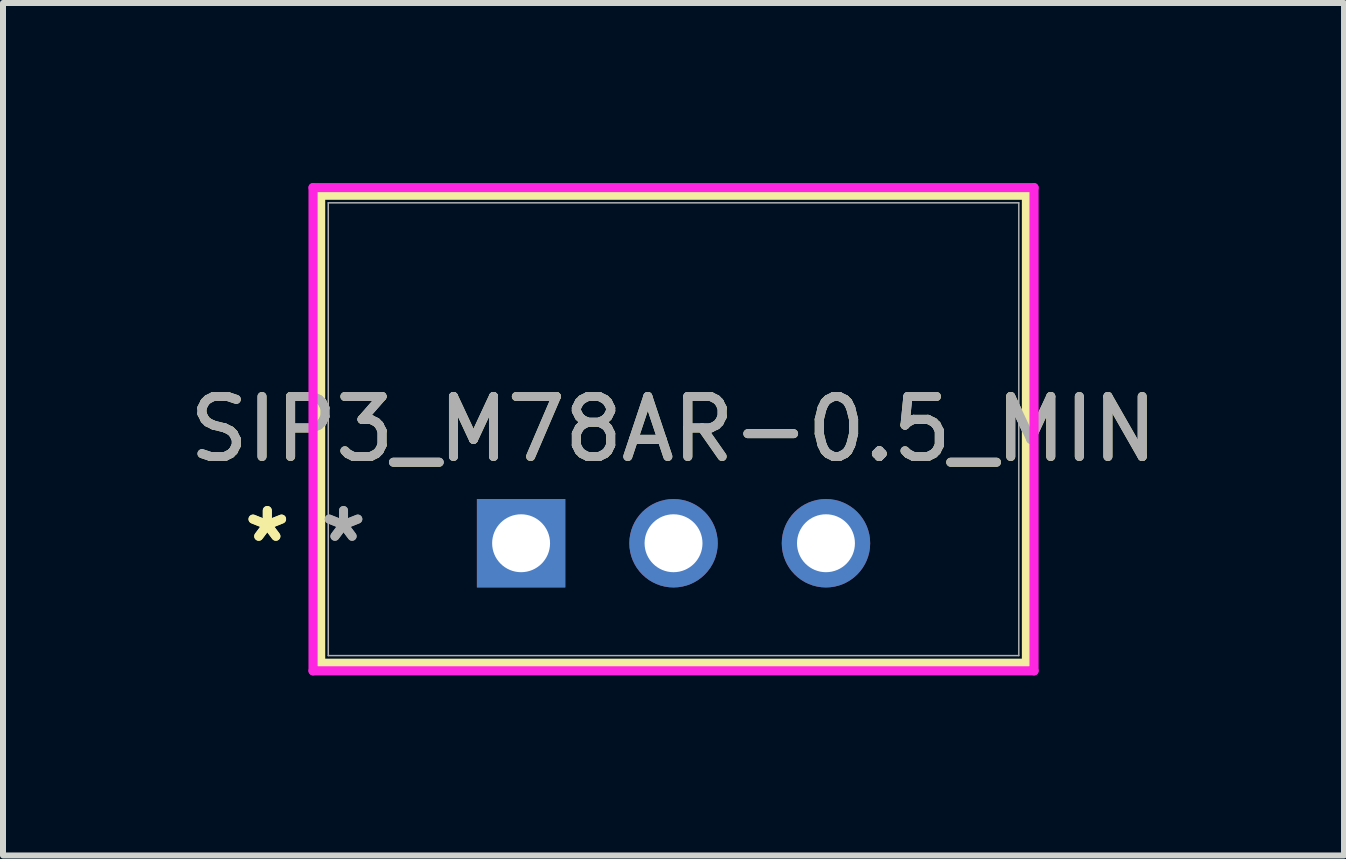
<source format=kicad_pcb>
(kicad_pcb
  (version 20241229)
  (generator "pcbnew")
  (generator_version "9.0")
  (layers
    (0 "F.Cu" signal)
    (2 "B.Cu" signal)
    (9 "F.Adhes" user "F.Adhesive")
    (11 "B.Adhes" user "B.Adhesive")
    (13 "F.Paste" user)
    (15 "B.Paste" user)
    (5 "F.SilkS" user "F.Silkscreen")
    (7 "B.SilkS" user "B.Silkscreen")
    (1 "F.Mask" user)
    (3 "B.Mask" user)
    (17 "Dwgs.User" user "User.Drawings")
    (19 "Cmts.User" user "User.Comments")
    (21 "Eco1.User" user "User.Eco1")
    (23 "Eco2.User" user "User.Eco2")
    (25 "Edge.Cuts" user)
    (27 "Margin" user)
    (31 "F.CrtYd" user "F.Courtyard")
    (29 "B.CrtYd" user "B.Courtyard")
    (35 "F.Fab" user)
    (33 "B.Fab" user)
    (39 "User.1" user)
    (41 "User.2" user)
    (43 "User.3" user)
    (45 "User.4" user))
  (footprint "SIP3_M78AR-0.5_MIN"
    (layer "F.Cu")
    (at 5.633 6.002)
    (property "Reference" "SIP3_M78AR-0.5_MIN" (at 2.54 -1.9 0) (unlocked yes) (layer "F.SilkS") (effects (font (size 1 1) (thickness 0.15))))
    (attr through_hole)
    (fp_line (start -3.34 -5.799) (end -3.34 1.999) (stroke (width 0.152) (type solid)) (layer "F.SilkS"))
    (fp_line (start -3.34 1.999) (end 8.42 1.999) (stroke (width 0.152) (type solid)) (layer "F.SilkS"))
    (fp_line (start 8.42 -5.799) (end -3.34 -5.799) (stroke (width 0.152) (type solid)) (layer "F.SilkS"))
    (fp_line (start 8.42 1.999) (end 8.42 -5.799) (stroke (width 0.152) (type solid)) (layer "F.SilkS"))
    (fp_line (start -3.467 -5.926) (end 8.547 -5.926) (stroke (width 0.152) (type solid)) (layer "F.CrtYd"))
    (fp_line (start -3.467 2.126) (end -3.467 -5.926) (stroke (width 0.152) (type solid)) (layer "F.CrtYd"))
    (fp_line (start 8.547 -5.926) (end 8.547 2.126) (stroke (width 0.152) (type solid)) (layer "F.CrtYd"))
    (fp_line (start 8.547 2.126) (end -3.467 2.126) (stroke (width 0.152) (type solid)) (layer "F.CrtYd"))
    (fp_line (start -3.213 -5.672) (end -3.213 1.872) (stroke (width 0.025) (type solid)) (layer "F.Fab"))
    (fp_line (start -3.213 1.872) (end 8.293 1.872) (stroke (width 0.025) (type solid)) (layer "F.Fab"))
    (fp_line (start 8.293 -5.672) (end -3.213 -5.672) (stroke (width 0.025) (type solid)) (layer "F.Fab"))
    (fp_line (start 8.293 1.872) (end 8.293 -5.672) (stroke (width 0.025) (type solid)) (layer "F.Fab"))
    (fp_text user "*" (at -4.229 0 0) (unlocked yes) (layer "F.SilkS") (effects (font (size 1 1) (thickness 0.15))))
    (fp_text user "*" (at -4.229 0 0) (layer "F.SilkS") (effects (font (size 1 1) (thickness 0.15))))
    (fp_text user "${REFERENCE}" (at 2.54 -1.9 0) (unlocked yes) (layer "F.Fab") (effects (font (size 1 1) (thickness 0.15))))
    (fp_text user "*" (at -2.959 0 0) (unlocked yes) (layer "F.Fab") (effects (font (size 1 1) (thickness 0.15))))
    (fp_text user "*" (at -2.959 0 0) (layer "F.Fab") (effects (font (size 1 1) (thickness 0.15))))
    (pad "1" thru_hole rect (at 0 0) (size 1.473 1.473) (drill 0.965) (layers "*.Cu" "*.Mask"))
    (pad "2" thru_hole circle (at 2.54 0) (size 1.473 1.473) (drill 0.965) (layers "*.Cu" "*.Mask"))
    (pad "3" thru_hole circle (at 5.08 0) (size 1.473 1.473) (drill 0.965) (layers "*.Cu" "*.Mask")))
  (gr_rect
    (start -3 -3)
    (end 19.345 11.204)
    (stroke (width 0.1) (type default))
    (fill no)
    (layer "Edge.Cuts")))
</source>
